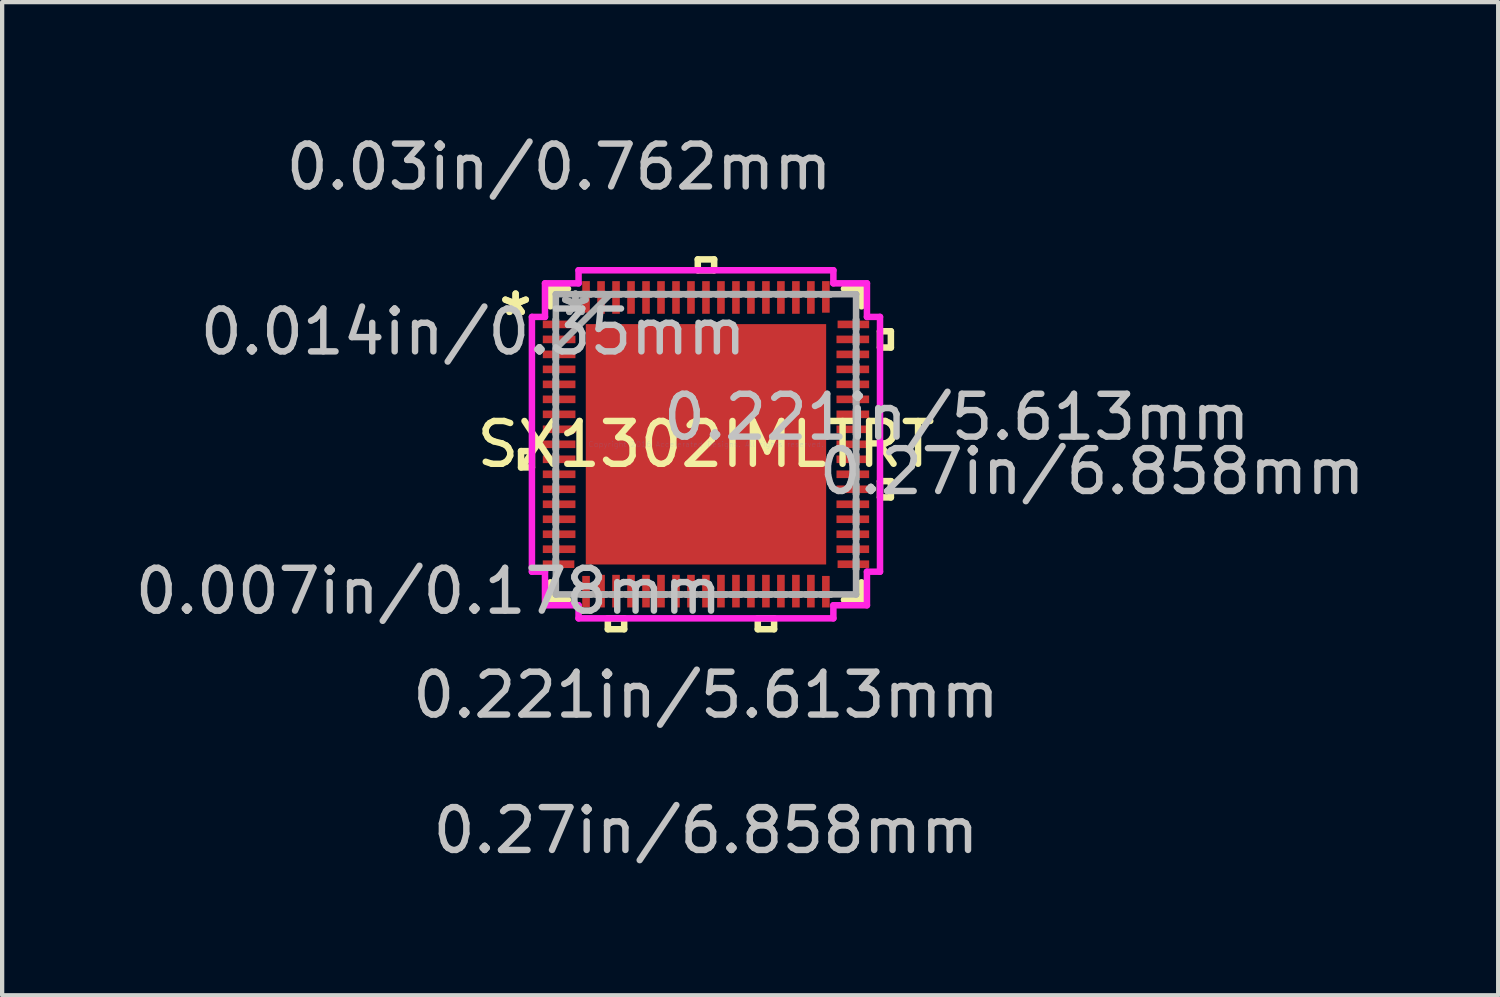
<source format=kicad_pcb>
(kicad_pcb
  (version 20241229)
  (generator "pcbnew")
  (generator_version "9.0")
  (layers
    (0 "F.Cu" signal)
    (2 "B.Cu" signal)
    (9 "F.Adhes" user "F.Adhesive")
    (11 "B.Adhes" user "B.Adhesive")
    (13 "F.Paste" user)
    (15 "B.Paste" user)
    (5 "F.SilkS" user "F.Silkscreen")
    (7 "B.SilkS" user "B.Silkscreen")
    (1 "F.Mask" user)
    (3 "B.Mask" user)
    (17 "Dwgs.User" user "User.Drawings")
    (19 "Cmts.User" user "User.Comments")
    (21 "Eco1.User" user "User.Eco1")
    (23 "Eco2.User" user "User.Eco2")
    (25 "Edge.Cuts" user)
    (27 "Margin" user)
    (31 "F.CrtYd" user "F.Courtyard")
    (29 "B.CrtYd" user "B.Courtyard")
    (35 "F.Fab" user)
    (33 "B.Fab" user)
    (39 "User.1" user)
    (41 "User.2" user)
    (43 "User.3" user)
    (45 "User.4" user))
  (footprint "SX1302IMLTRT"
    (layer "F.Cu")
    (at 13.435 7.325)
    (property "Reference" "SX1302IMLTRT" (at 0 0 0) (layer "F.SilkS") (effects (font (size 1 1) (thickness 0.15))))
    (attr through_hole)
    (fp_line (start -4.318 0.159) (end -4.318 0.54) (stroke (width 0.152) (type solid)) (layer "F.SilkS"))
    (fp_line (start -4.318 0.54) (end -4.064 0.54) (stroke (width 0.152) (type solid)) (layer "F.SilkS"))
    (fp_line (start -4.064 0.159) (end -4.318 0.159) (stroke (width 0.152) (type solid)) (layer "F.SilkS"))
    (fp_line (start -4.064 0.54) (end -4.064 0.159) (stroke (width 0.152) (type solid)) (layer "F.SilkS"))
    (fp_line (start -3.632 -3.632) (end -3.632 -3.222) (stroke (width 0.152) (type solid)) (layer "F.SilkS"))
    (fp_line (start -3.632 3.222) (end -3.632 3.632) (stroke (width 0.152) (type solid)) (layer "F.SilkS"))
    (fp_line (start -3.632 3.632) (end -3.222 3.632) (stroke (width 0.152) (type solid)) (layer "F.SilkS"))
    (fp_line (start -3.222 -3.632) (end -3.632 -3.632) (stroke (width 0.152) (type solid)) (layer "F.SilkS"))
    (fp_line (start -2.291 4.064) (end -2.291 4.318) (stroke (width 0.152) (type solid)) (layer "F.SilkS"))
    (fp_line (start -2.291 4.318) (end -1.91 4.318) (stroke (width 0.152) (type solid)) (layer "F.SilkS"))
    (fp_line (start -1.91 4.064) (end -2.291 4.064) (stroke (width 0.152) (type solid)) (layer "F.SilkS"))
    (fp_line (start -1.91 4.318) (end -1.91 4.064) (stroke (width 0.152) (type solid)) (layer "F.SilkS"))
    (fp_line (start -0.191 -4.318) (end 0.191 -4.318) (stroke (width 0.152) (type solid)) (layer "F.SilkS"))
    (fp_line (start -0.191 -4.064) (end -0.191 -4.318) (stroke (width 0.152) (type solid)) (layer "F.SilkS"))
    (fp_line (start 0.191 -4.318) (end 0.191 -4.064) (stroke (width 0.152) (type solid)) (layer "F.SilkS"))
    (fp_line (start 0.191 -4.064) (end -0.191 -4.064) (stroke (width 0.152) (type solid)) (layer "F.SilkS"))
    (fp_line (start 1.21 4.064) (end 1.21 4.318) (stroke (width 0.152) (type solid)) (layer "F.SilkS"))
    (fp_line (start 1.21 4.318) (end 1.591 4.318) (stroke (width 0.152) (type solid)) (layer "F.SilkS"))
    (fp_line (start 1.591 4.064) (end 1.21 4.064) (stroke (width 0.152) (type solid)) (layer "F.SilkS"))
    (fp_line (start 1.591 4.318) (end 1.591 4.064) (stroke (width 0.152) (type solid)) (layer "F.SilkS"))
    (fp_line (start 3.222 3.632) (end 3.632 3.632) (stroke (width 0.152) (type solid)) (layer "F.SilkS"))
    (fp_line (start 3.632 -3.632) (end 3.222 -3.632) (stroke (width 0.152) (type solid)) (layer "F.SilkS"))
    (fp_line (start 3.632 -3.222) (end 3.632 -3.632) (stroke (width 0.152) (type solid)) (layer "F.SilkS"))
    (fp_line (start 3.632 3.632) (end 3.632 3.222) (stroke (width 0.152) (type solid)) (layer "F.SilkS"))
    (fp_line (start 4.064 -2.64) (end 4.318 -2.64) (stroke (width 0.152) (type solid)) (layer "F.SilkS"))
    (fp_line (start 4.064 -2.26) (end 4.064 -2.64) (stroke (width 0.152) (type solid)) (layer "F.SilkS"))
    (fp_line (start 4.064 0.86) (end 4.318 0.86) (stroke (width 0.152) (type solid)) (layer "F.SilkS"))
    (fp_line (start 4.064 1.24) (end 4.064 0.86) (stroke (width 0.152) (type solid)) (layer "F.SilkS"))
    (fp_line (start 4.318 -2.64) (end 4.318 -2.26) (stroke (width 0.152) (type solid)) (layer "F.SilkS"))
    (fp_line (start 4.318 -2.26) (end 4.064 -2.26) (stroke (width 0.152) (type solid)) (layer "F.SilkS"))
    (fp_line (start 4.318 0.86) (end 4.318 1.24) (stroke (width 0.152) (type solid)) (layer "F.SilkS"))
    (fp_line (start 4.318 1.24) (end 4.064 1.24) (stroke (width 0.152) (type solid)) (layer "F.SilkS"))
    (fp_line (start -2.707 -2.707) (end -2.707 -1.503) (stroke (width 0.152) (type solid)) (layer "F.Paste"))
    (fp_line (start -2.707 -1.503) (end -1.503 -1.503) (stroke (width 0.152) (type solid)) (layer "F.Paste"))
    (fp_line (start -2.707 -1.303) (end -2.707 -0.1) (stroke (width 0.152) (type solid)) (layer "F.Paste"))
    (fp_line (start -2.707 -0.1) (end -1.503 -0.1) (stroke (width 0.152) (type solid)) (layer "F.Paste"))
    (fp_line (start -2.707 0.1) (end -2.707 1.303) (stroke (width 0.152) (type solid)) (layer "F.Paste"))
    (fp_line (start -2.707 1.303) (end -1.503 1.303) (stroke (width 0.152) (type solid)) (layer "F.Paste"))
    (fp_line (start -2.707 1.503) (end -2.707 2.707) (stroke (width 0.152) (type solid)) (layer "F.Paste"))
    (fp_line (start -2.707 2.707) (end -1.503 2.707) (stroke (width 0.152) (type solid)) (layer "F.Paste"))
    (fp_line (start -1.503 -2.707) (end -2.707 -2.707) (stroke (width 0.152) (type solid)) (layer "F.Paste"))
    (fp_line (start -1.503 -1.503) (end -1.503 -2.707) (stroke (width 0.152) (type solid)) (layer "F.Paste"))
    (fp_line (start -1.503 -1.303) (end -2.707 -1.303) (stroke (width 0.152) (type solid)) (layer "F.Paste"))
    (fp_line (start -1.503 -0.1) (end -1.503 -1.303) (stroke (width 0.152) (type solid)) (layer "F.Paste"))
    (fp_line (start -1.503 0.1) (end -2.707 0.1) (stroke (width 0.152) (type solid)) (layer "F.Paste"))
    (fp_line (start -1.503 1.303) (end -1.503 0.1) (stroke (width 0.152) (type solid)) (layer "F.Paste"))
    (fp_line (start -1.503 1.503) (end -2.707 1.503) (stroke (width 0.152) (type solid)) (layer "F.Paste"))
    (fp_line (start -1.503 2.707) (end -1.503 1.503) (stroke (width 0.152) (type solid)) (layer "F.Paste"))
    (fp_line (start -1.303 -2.707) (end -1.303 -1.503) (stroke (width 0.152) (type solid)) (layer "F.Paste"))
    (fp_line (start -1.303 -1.503) (end -0.1 -1.503) (stroke (width 0.152) (type solid)) (layer "F.Paste"))
    (fp_line (start -1.303 -1.303) (end -1.303 -0.1) (stroke (width 0.152) (type solid)) (layer "F.Paste"))
    (fp_line (start -1.303 -0.1) (end -0.1 -0.1) (stroke (width 0.152) (type solid)) (layer "F.Paste"))
    (fp_line (start -1.303 0.1) (end -1.303 1.303) (stroke (width 0.152) (type solid)) (layer "F.Paste"))
    (fp_line (start -1.303 1.303) (end -0.1 1.303) (stroke (width 0.152) (type solid)) (layer "F.Paste"))
    (fp_line (start -1.303 1.503) (end -1.303 2.707) (stroke (width 0.152) (type solid)) (layer "F.Paste"))
    (fp_line (start -1.303 2.707) (end -0.1 2.707) (stroke (width 0.152) (type solid)) (layer "F.Paste"))
    (fp_line (start -0.1 -2.707) (end -1.303 -2.707) (stroke (width 0.152) (type solid)) (layer "F.Paste"))
    (fp_line (start -0.1 -1.503) (end -0.1 -2.707) (stroke (width 0.152) (type solid)) (layer "F.Paste"))
    (fp_line (start -0.1 -1.303) (end -1.303 -1.303) (stroke (width 0.152) (type solid)) (layer "F.Paste"))
    (fp_line (start -0.1 -0.1) (end -0.1 -1.303) (stroke (width 0.152) (type solid)) (layer "F.Paste"))
    (fp_line (start -0.1 0.1) (end -1.303 0.1) (stroke (width 0.152) (type solid)) (layer "F.Paste"))
    (fp_line (start -0.1 1.303) (end -0.1 0.1) (stroke (width 0.152) (type solid)) (layer "F.Paste"))
    (fp_line (start -0.1 1.503) (end -1.303 1.503) (stroke (width 0.152) (type solid)) (layer "F.Paste"))
    (fp_line (start -0.1 2.707) (end -0.1 1.503) (stroke (width 0.152) (type solid)) (layer "F.Paste"))
    (fp_line (start 0.1 -2.707) (end 0.1 -1.503) (stroke (width 0.152) (type solid)) (layer "F.Paste"))
    (fp_line (start 0.1 -1.503) (end 1.303 -1.503) (stroke (width 0.152) (type solid)) (layer "F.Paste"))
    (fp_line (start 0.1 -1.303) (end 0.1 -0.1) (stroke (width 0.152) (type solid)) (layer "F.Paste"))
    (fp_line (start 0.1 -0.1) (end 1.303 -0.1) (stroke (width 0.152) (type solid)) (layer "F.Paste"))
    (fp_line (start 0.1 0.1) (end 0.1 1.303) (stroke (width 0.152) (type solid)) (layer "F.Paste"))
    (fp_line (start 0.1 1.303) (end 1.303 1.303) (stroke (width 0.152) (type solid)) (layer "F.Paste"))
    (fp_line (start 0.1 1.503) (end 0.1 2.707) (stroke (width 0.152) (type solid)) (layer "F.Paste"))
    (fp_line (start 0.1 2.707) (end 1.303 2.707) (stroke (width 0.152) (type solid)) (layer "F.Paste"))
    (fp_line (start 1.303 -2.707) (end 0.1 -2.707) (stroke (width 0.152) (type solid)) (layer "F.Paste"))
    (fp_line (start 1.303 -1.503) (end 1.303 -2.707) (stroke (width 0.152) (type solid)) (layer "F.Paste"))
    (fp_line (start 1.303 -1.303) (end 0.1 -1.303) (stroke (width 0.152) (type solid)) (layer "F.Paste"))
    (fp_line (start 1.303 -0.1) (end 1.303 -1.303) (stroke (width 0.152) (type solid)) (layer "F.Paste"))
    (fp_line (start 1.303 0.1) (end 0.1 0.1) (stroke (width 0.152) (type solid)) (layer "F.Paste"))
    (fp_line (start 1.303 1.303) (end 1.303 0.1) (stroke (width 0.152) (type solid)) (layer "F.Paste"))
    (fp_line (start 1.303 1.503) (end 0.1 1.503) (stroke (width 0.152) (type solid)) (layer "F.Paste"))
    (fp_line (start 1.303 2.707) (end 1.303 1.503) (stroke (width 0.152) (type solid)) (layer "F.Paste"))
    (fp_line (start 1.503 -2.707) (end 1.503 -1.503) (stroke (width 0.152) (type solid)) (layer "F.Paste"))
    (fp_line (start 1.503 -1.503) (end 2.707 -1.503) (stroke (width 0.152) (type solid)) (layer "F.Paste"))
    (fp_line (start 1.503 -1.303) (end 1.503 -0.1) (stroke (width 0.152) (type solid)) (layer "F.Paste"))
    (fp_line (start 1.503 -0.1) (end 2.707 -0.1) (stroke (width 0.152) (type solid)) (layer "F.Paste"))
    (fp_line (start 1.503 0.1) (end 1.503 1.303) (stroke (width 0.152) (type solid)) (layer "F.Paste"))
    (fp_line (start 1.503 1.303) (end 2.707 1.303) (stroke (width 0.152) (type solid)) (layer "F.Paste"))
    (fp_line (start 1.503 1.503) (end 1.503 2.707) (stroke (width 0.152) (type solid)) (layer "F.Paste"))
    (fp_line (start 1.503 2.707) (end 2.707 2.707) (stroke (width 0.152) (type solid)) (layer "F.Paste"))
    (fp_line (start 2.707 -2.707) (end 1.503 -2.707) (stroke (width 0.152) (type solid)) (layer "F.Paste"))
    (fp_line (start 2.707 -1.503) (end 2.707 -2.707) (stroke (width 0.152) (type solid)) (layer "F.Paste"))
    (fp_line (start 2.707 -1.303) (end 1.503 -1.303) (stroke (width 0.152) (type solid)) (layer "F.Paste"))
    (fp_line (start 2.707 -0.1) (end 2.707 -1.303) (stroke (width 0.152) (type solid)) (layer "F.Paste"))
    (fp_line (start 2.707 0.1) (end 1.503 0.1) (stroke (width 0.152) (type solid)) (layer "F.Paste"))
    (fp_line (start 2.707 1.303) (end 2.707 0.1) (stroke (width 0.152) (type solid)) (layer "F.Paste"))
    (fp_line (start 2.707 1.503) (end 1.503 1.503) (stroke (width 0.152) (type solid)) (layer "F.Paste"))
    (fp_line (start 2.707 2.707) (end 2.707 1.503) (stroke (width 0.152) (type solid)) (layer "F.Paste"))
    (fp_line (start -4.064 -2.975) (end -3.759 -2.975) (stroke (width 0.152) (type solid)) (layer "F.CrtYd"))
    (fp_line (start -4.064 2.975) (end -4.064 -2.975) (stroke (width 0.152) (type solid)) (layer "F.CrtYd"))
    (fp_line (start -3.759 -3.759) (end -2.975 -3.759) (stroke (width 0.152) (type solid)) (layer "F.CrtYd"))
    (fp_line (start -3.759 -2.975) (end -3.759 -3.759) (stroke (width 0.152) (type solid)) (layer "F.CrtYd"))
    (fp_line (start -3.759 2.975) (end -4.064 2.975) (stroke (width 0.152) (type solid)) (layer "F.CrtYd"))
    (fp_line (start -3.759 3.759) (end -3.759 2.975) (stroke (width 0.152) (type solid)) (layer "F.CrtYd"))
    (fp_line (start -2.975 -4.064) (end 2.975 -4.064) (stroke (width 0.152) (type solid)) (layer "F.CrtYd"))
    (fp_line (start -2.975 -3.759) (end -2.975 -4.064) (stroke (width 0.152) (type solid)) (layer "F.CrtYd"))
    (fp_line (start -2.975 3.759) (end -3.759 3.759) (stroke (width 0.152) (type solid)) (layer "F.CrtYd"))
    (fp_line (start -2.975 4.064) (end -2.975 3.759) (stroke (width 0.152) (type solid)) (layer "F.CrtYd"))
    (fp_line (start 2.975 -4.064) (end 2.975 -3.759) (stroke (width 0.152) (type solid)) (layer "F.CrtYd"))
    (fp_line (start 2.975 -3.759) (end 3.759 -3.759) (stroke (width 0.152) (type solid)) (layer "F.CrtYd"))
    (fp_line (start 2.975 3.759) (end 2.975 4.064) (stroke (width 0.152) (type solid)) (layer "F.CrtYd"))
    (fp_line (start 2.975 4.064) (end -2.975 4.064) (stroke (width 0.152) (type solid)) (layer "F.CrtYd"))
    (fp_line (start 3.759 -3.759) (end 3.759 -2.975) (stroke (width 0.152) (type solid)) (layer "F.CrtYd"))
    (fp_line (start 3.759 -2.975) (end 4.064 -2.975) (stroke (width 0.152) (type solid)) (layer "F.CrtYd"))
    (fp_line (start 3.759 2.975) (end 3.759 3.759) (stroke (width 0.152) (type solid)) (layer "F.CrtYd"))
    (fp_line (start 3.759 3.759) (end 2.975 3.759) (stroke (width 0.152) (type solid)) (layer "F.CrtYd"))
    (fp_line (start 4.064 -2.975) (end 4.064 2.975) (stroke (width 0.152) (type solid)) (layer "F.CrtYd"))
    (fp_line (start 4.064 2.975) (end 3.759 2.975) (stroke (width 0.152) (type solid)) (layer "F.CrtYd"))
    (fp_line (start -3.505 -3.505) (end -3.505 -3.505) (stroke (width 0.152) (type solid)) (layer "F.Fab"))
    (fp_line (start -3.505 -3.505) (end -3.505 3.505) (stroke (width 0.152) (type solid)) (layer "F.Fab"))
    (fp_line (start -3.505 -2.914) (end -3.505 -2.914) (stroke (width 0.152) (type solid)) (layer "F.Fab"))
    (fp_line (start -3.505 -2.914) (end -3.505 -2.686) (stroke (width 0.152) (type solid)) (layer "F.Fab"))
    (fp_line (start -3.505 -2.686) (end -3.505 -2.914) (stroke (width 0.152) (type solid)) (layer "F.Fab"))
    (fp_line (start -3.505 -2.686) (end -3.505 -2.686) (stroke (width 0.152) (type solid)) (layer "F.Fab"))
    (fp_line (start -3.505 -2.564) (end -3.505 -2.564) (stroke (width 0.152) (type solid)) (layer "F.Fab"))
    (fp_line (start -3.505 -2.564) (end -3.505 -2.336) (stroke (width 0.152) (type solid)) (layer "F.Fab"))
    (fp_line (start -3.505 -2.336) (end -3.505 -2.564) (stroke (width 0.152) (type solid)) (layer "F.Fab"))
    (fp_line (start -3.505 -2.336) (end -3.505 -2.336) (stroke (width 0.152) (type solid)) (layer "F.Fab"))
    (fp_line (start -3.505 -2.235) (end -2.235 -3.505) (stroke (width 0.152) (type solid)) (layer "F.Fab"))
    (fp_line (start -3.505 -2.214) (end -3.505 -2.214) (stroke (width 0.152) (type solid)) (layer "F.Fab"))
    (fp_line (start -3.505 -2.214) (end -3.505 -1.986) (stroke (width 0.152) (type solid)) (layer "F.Fab"))
    (fp_line (start -3.505 -1.986) (end -3.505 -2.214) (stroke (width 0.152) (type solid)) (layer "F.Fab"))
    (fp_line (start -3.505 -1.986) (end -3.505 -1.986) (stroke (width 0.152) (type solid)) (layer "F.Fab"))
    (fp_line (start -3.505 -1.864) (end -3.505 -1.864) (stroke (width 0.152) (type solid)) (layer "F.Fab"))
    (fp_line (start -3.505 -1.864) (end -3.505 -1.636) (stroke (width 0.152) (type solid)) (layer "F.Fab"))
    (fp_line (start -3.505 -1.636) (end -3.505 -1.864) (stroke (width 0.152) (type solid)) (layer "F.Fab"))
    (fp_line (start -3.505 -1.636) (end -3.505 -1.636) (stroke (width 0.152) (type solid)) (layer "F.Fab"))
    (fp_line (start -3.505 -1.514) (end -3.505 -1.514) (stroke (width 0.152) (type solid)) (layer "F.Fab"))
    (fp_line (start -3.505 -1.514) (end -3.505 -1.286) (stroke (width 0.152) (type solid)) (layer "F.Fab"))
    (fp_line (start -3.505 -1.286) (end -3.505 -1.514) (stroke (width 0.152) (type solid)) (layer "F.Fab"))
    (fp_line (start -3.505 -1.286) (end -3.505 -1.286) (stroke (width 0.152) (type solid)) (layer "F.Fab"))
    (fp_line (start -3.505 -1.164) (end -3.505 -1.164) (stroke (width 0.152) (type solid)) (layer "F.Fab"))
    (fp_line (start -3.505 -1.164) (end -3.505 -0.936) (stroke (width 0.152) (type solid)) (layer "F.Fab"))
    (fp_line (start -3.505 -0.936) (end -3.505 -1.164) (stroke (width 0.152) (type solid)) (layer "F.Fab"))
    (fp_line (start -3.505 -0.936) (end -3.505 -0.936) (stroke (width 0.152) (type solid)) (layer "F.Fab"))
    (fp_line (start -3.505 -0.814) (end -3.505 -0.814) (stroke (width 0.152) (type solid)) (layer "F.Fab"))
    (fp_line (start -3.505 -0.814) (end -3.505 -0.586) (stroke (width 0.152) (type solid)) (layer "F.Fab"))
    (fp_line (start -3.505 -0.586) (end -3.505 -0.814) (stroke (width 0.152) (type solid)) (layer "F.Fab"))
    (fp_line (start -3.505 -0.586) (end -3.505 -0.586) (stroke (width 0.152) (type solid)) (layer "F.Fab"))
    (fp_line (start -3.505 -0.464) (end -3.505 -0.464) (stroke (width 0.152) (type solid)) (layer "F.Fab"))
    (fp_line (start -3.505 -0.464) (end -3.505 -0.236) (stroke (width 0.152) (type solid)) (layer "F.Fab"))
    (fp_line (start -3.505 -0.236) (end -3.505 -0.464) (stroke (width 0.152) (type solid)) (layer "F.Fab"))
    (fp_line (start -3.505 -0.236) (end -3.505 -0.236) (stroke (width 0.152) (type solid)) (layer "F.Fab"))
    (fp_line (start -3.505 -0.114) (end -3.505 -0.114) (stroke (width 0.152) (type solid)) (layer "F.Fab"))
    (fp_line (start -3.505 -0.114) (end -3.505 0.114) (stroke (width 0.152) (type solid)) (layer "F.Fab"))
    (fp_line (start -3.505 0.114) (end -3.505 -0.114) (stroke (width 0.152) (type solid)) (layer "F.Fab"))
    (fp_line (start -3.505 0.114) (end -3.505 0.114) (stroke (width 0.152) (type solid)) (layer "F.Fab"))
    (fp_line (start -3.505 0.236) (end -3.505 0.236) (stroke (width 0.152) (type solid)) (layer "F.Fab"))
    (fp_line (start -3.505 0.236) (end -3.505 0.464) (stroke (width 0.152) (type solid)) (layer "F.Fab"))
    (fp_line (start -3.505 0.464) (end -3.505 0.236) (stroke (width 0.152) (type solid)) (layer "F.Fab"))
    (fp_line (start -3.505 0.464) (end -3.505 0.464) (stroke (width 0.152) (type solid)) (layer "F.Fab"))
    (fp_line (start -3.505 0.586) (end -3.505 0.586) (stroke (width 0.152) (type solid)) (layer "F.Fab"))
    (fp_line (start -3.505 0.586) (end -3.505 0.814) (stroke (width 0.152) (type solid)) (layer "F.Fab"))
    (fp_line (start -3.505 0.814) (end -3.505 0.586) (stroke (width 0.152) (type solid)) (layer "F.Fab"))
    (fp_line (start -3.505 0.814) (end -3.505 0.814) (stroke (width 0.152) (type solid)) (layer "F.Fab"))
    (fp_line (start -3.505 0.936) (end -3.505 0.936) (stroke (width 0.152) (type solid)) (layer "F.Fab"))
    (fp_line (start -3.505 0.936) (end -3.505 1.164) (stroke (width 0.152) (type solid)) (layer "F.Fab"))
    (fp_line (start -3.505 1.164) (end -3.505 0.936) (stroke (width 0.152) (type solid)) (layer "F.Fab"))
    (fp_line (start -3.505 1.164) (end -3.505 1.164) (stroke (width 0.152) (type solid)) (layer "F.Fab"))
    (fp_line (start -3.505 1.286) (end -3.505 1.286) (stroke (width 0.152) (type solid)) (layer "F.Fab"))
    (fp_line (start -3.505 1.286) (end -3.505 1.514) (stroke (width 0.152) (type solid)) (layer "F.Fab"))
    (fp_line (start -3.505 1.514) (end -3.505 1.286) (stroke (width 0.152) (type solid)) (layer "F.Fab"))
    (fp_line (start -3.505 1.514) (end -3.505 1.514) (stroke (width 0.152) (type solid)) (layer "F.Fab"))
    (fp_line (start -3.505 1.636) (end -3.505 1.636) (stroke (width 0.152) (type solid)) (layer "F.Fab"))
    (fp_line (start -3.505 1.636) (end -3.505 1.864) (stroke (width 0.152) (type solid)) (layer "F.Fab"))
    (fp_line (start -3.505 1.864) (end -3.505 1.636) (stroke (width 0.152) (type solid)) (layer "F.Fab"))
    (fp_line (start -3.505 1.864) (end -3.505 1.864) (stroke (width 0.152) (type solid)) (layer "F.Fab"))
    (fp_line (start -3.505 1.986) (end -3.505 1.986) (stroke (width 0.152) (type solid)) (layer "F.Fab"))
    (fp_line (start -3.505 1.986) (end -3.505 2.214) (stroke (width 0.152) (type solid)) (layer "F.Fab"))
    (fp_line (start -3.505 2.214) (end -3.505 1.986) (stroke (width 0.152) (type solid)) (layer "F.Fab"))
    (fp_line (start -3.505 2.214) (end -3.505 2.214) (stroke (width 0.152) (type solid)) (layer "F.Fab"))
    (fp_line (start -3.505 2.336) (end -3.505 2.336) (stroke (width 0.152) (type solid)) (layer "F.Fab"))
    (fp_line (start -3.505 2.336) (end -3.505 2.564) (stroke (width 0.152) (type solid)) (layer "F.Fab"))
    (fp_line (start -3.505 2.564) (end -3.505 2.336) (stroke (width 0.152) (type solid)) (layer "F.Fab"))
    (fp_line (start -3.505 2.564) (end -3.505 2.564) (stroke (width 0.152) (type solid)) (layer "F.Fab"))
    (fp_line (start -3.505 2.686) (end -3.505 2.686) (stroke (width 0.152) (type solid)) (layer "F.Fab"))
    (fp_line (start -3.505 2.686) (end -3.505 2.914) (stroke (width 0.152) (type solid)) (layer "F.Fab"))
    (fp_line (start -3.505 2.914) (end -3.505 2.686) (stroke (width 0.152) (type solid)) (layer "F.Fab"))
    (fp_line (start -3.505 2.914) (end -3.505 2.914) (stroke (width 0.152) (type solid)) (layer "F.Fab"))
    (fp_line (start -3.505 3.505) (end -3.505 3.505) (stroke (width 0.152) (type solid)) (layer "F.Fab"))
    (fp_line (start -3.505 3.505) (end 3.505 3.505) (stroke (width 0.152) (type solid)) (layer "F.Fab"))
    (fp_line (start -2.914 -3.505) (end -2.914 -3.505) (stroke (width 0.152) (type solid)) (layer "F.Fab"))
    (fp_line (start -2.914 -3.505) (end -2.686 -3.505) (stroke (width 0.152) (type solid)) (layer "F.Fab"))
    (fp_line (start -2.914 3.505) (end -2.914 3.505) (stroke (width 0.152) (type solid)) (layer "F.Fab"))
    (fp_line (start -2.914 3.505) (end -2.686 3.505) (stroke (width 0.152) (type solid)) (layer "F.Fab"))
    (fp_line (start -2.686 -3.505) (end -2.914 -3.505) (stroke (width 0.152) (type solid)) (layer "F.Fab"))
    (fp_line (start -2.686 -3.505) (end -2.686 -3.505) (stroke (width 0.152) (type solid)) (layer "F.Fab"))
    (fp_line (start -2.686 3.505) (end -2.914 3.505) (stroke (width 0.152) (type solid)) (layer "F.Fab"))
    (fp_line (start -2.686 3.505) (end -2.686 3.505) (stroke (width 0.152) (type solid)) (layer "F.Fab"))
    (fp_line (start -2.564 -3.505) (end -2.564 -3.505) (stroke (width 0.152) (type solid)) (layer "F.Fab"))
    (fp_line (start -2.564 -3.505) (end -2.336 -3.505) (stroke (width 0.152) (type solid)) (layer "F.Fab"))
    (fp_line (start -2.564 3.505) (end -2.564 3.505) (stroke (width 0.152) (type solid)) (layer "F.Fab"))
    (fp_line (start -2.564 3.505) (end -2.336 3.505) (stroke (width 0.152) (type solid)) (layer "F.Fab"))
    (fp_line (start -2.336 -3.505) (end -2.564 -3.505) (stroke (width 0.152) (type solid)) (layer "F.Fab"))
    (fp_line (start -2.336 -3.505) (end -2.336 -3.505) (stroke (width 0.152) (type solid)) (layer "F.Fab"))
    (fp_line (start -2.336 3.505) (end -2.564 3.505) (stroke (width 0.152) (type solid)) (layer "F.Fab"))
    (fp_line (start -2.336 3.505) (end -2.336 3.505) (stroke (width 0.152) (type solid)) (layer "F.Fab"))
    (fp_line (start -2.214 -3.505) (end -2.214 -3.505) (stroke (width 0.152) (type solid)) (layer "F.Fab"))
    (fp_line (start -2.214 -3.505) (end -1.986 -3.505) (stroke (width 0.152) (type solid)) (layer "F.Fab"))
    (fp_line (start -2.214 3.505) (end -2.214 3.505) (stroke (width 0.152) (type solid)) (layer "F.Fab"))
    (fp_line (start -2.214 3.505) (end -1.986 3.505) (stroke (width 0.152) (type solid)) (layer "F.Fab"))
    (fp_line (start -1.986 -3.505) (end -2.214 -3.505) (stroke (width 0.152) (type solid)) (layer "F.Fab"))
    (fp_line (start -1.986 -3.505) (end -1.986 -3.505) (stroke (width 0.152) (type solid)) (layer "F.Fab"))
    (fp_line (start -1.986 3.505) (end -2.214 3.505) (stroke (width 0.152) (type solid)) (layer "F.Fab"))
    (fp_line (start -1.986 3.505) (end -1.986 3.505) (stroke (width 0.152) (type solid)) (layer "F.Fab"))
    (fp_line (start -1.864 -3.505) (end -1.864 -3.505) (stroke (width 0.152) (type solid)) (layer "F.Fab"))
    (fp_line (start -1.864 -3.505) (end -1.636 -3.505) (stroke (width 0.152) (type solid)) (layer "F.Fab"))
    (fp_line (start -1.864 3.505) (end -1.864 3.505) (stroke (width 0.152) (type solid)) (layer "F.Fab"))
    (fp_line (start -1.864 3.505) (end -1.636 3.505) (stroke (width 0.152) (type solid)) (layer "F.Fab"))
    (fp_line (start -1.636 -3.505) (end -1.864 -3.505) (stroke (width 0.152) (type solid)) (layer "F.Fab"))
    (fp_line (start -1.636 -3.505) (end -1.636 -3.505) (stroke (width 0.152) (type solid)) (layer "F.Fab"))
    (fp_line (start -1.636 3.505) (end -1.864 3.505) (stroke (width 0.152) (type solid)) (layer "F.Fab"))
    (fp_line (start -1.636 3.505) (end -1.636 3.505) (stroke (width 0.152) (type solid)) (layer "F.Fab"))
    (fp_line (start -1.514 -3.505) (end -1.514 -3.505) (stroke (width 0.152) (type solid)) (layer "F.Fab"))
    (fp_line (start -1.514 -3.505) (end -1.286 -3.505) (stroke (width 0.152) (type solid)) (layer "F.Fab"))
    (fp_line (start -1.514 3.505) (end -1.514 3.505) (stroke (width 0.152) (type solid)) (layer "F.Fab"))
    (fp_line (start -1.514 3.505) (end -1.286 3.505) (stroke (width 0.152) (type solid)) (layer "F.Fab"))
    (fp_line (start -1.286 -3.505) (end -1.514 -3.505) (stroke (width 0.152) (type solid)) (layer "F.Fab"))
    (fp_line (start -1.286 -3.505) (end -1.286 -3.505) (stroke (width 0.152) (type solid)) (layer "F.Fab"))
    (fp_line (start -1.286 3.505) (end -1.514 3.505) (stroke (width 0.152) (type solid)) (layer "F.Fab"))
    (fp_line (start -1.286 3.505) (end -1.286 3.505) (stroke (width 0.152) (type solid)) (layer "F.Fab"))
    (fp_line (start -1.164 -3.505) (end -1.164 -3.505) (stroke (width 0.152) (type solid)) (layer "F.Fab"))
    (fp_line (start -1.164 -3.505) (end -0.936 -3.505) (stroke (width 0.152) (type solid)) (layer "F.Fab"))
    (fp_line (start -1.164 3.505) (end -1.164 3.505) (stroke (width 0.152) (type solid)) (layer "F.Fab"))
    (fp_line (start -1.164 3.505) (end -0.936 3.505) (stroke (width 0.152) (type solid)) (layer "F.Fab"))
    (fp_line (start -0.936 -3.505) (end -1.164 -3.505) (stroke (width 0.152) (type solid)) (layer "F.Fab"))
    (fp_line (start -0.936 -3.505) (end -0.936 -3.505) (stroke (width 0.152) (type solid)) (layer "F.Fab"))
    (fp_line (start -0.936 3.505) (end -1.164 3.505) (stroke (width 0.152) (type solid)) (layer "F.Fab"))
    (fp_line (start -0.936 3.505) (end -0.936 3.505) (stroke (width 0.152) (type solid)) (layer "F.Fab"))
    (fp_line (start -0.814 -3.505) (end -0.814 -3.505) (stroke (width 0.152) (type solid)) (layer "F.Fab"))
    (fp_line (start -0.814 -3.505) (end -0.586 -3.505) (stroke (width 0.152) (type solid)) (layer "F.Fab"))
    (fp_line (start -0.814 3.505) (end -0.814 3.505) (stroke (width 0.152) (type solid)) (layer "F.Fab"))
    (fp_line (start -0.814 3.505) (end -0.586 3.505) (stroke (width 0.152) (type solid)) (layer "F.Fab"))
    (fp_line (start -0.586 -3.505) (end -0.814 -3.505) (stroke (width 0.152) (type solid)) (layer "F.Fab"))
    (fp_line (start -0.586 -3.505) (end -0.586 -3.505) (stroke (width 0.152) (type solid)) (layer "F.Fab"))
    (fp_line (start -0.586 3.505) (end -0.814 3.505) (stroke (width 0.152) (type solid)) (layer "F.Fab"))
    (fp_line (start -0.586 3.505) (end -0.586 3.505) (stroke (width 0.152) (type solid)) (layer "F.Fab"))
    (fp_line (start -0.464 -3.505) (end -0.464 -3.505) (stroke (width 0.152) (type solid)) (layer "F.Fab"))
    (fp_line (start -0.464 -3.505) (end -0.236 -3.505) (stroke (width 0.152) (type solid)) (layer "F.Fab"))
    (fp_line (start -0.464 3.505) (end -0.464 3.505) (stroke (width 0.152) (type solid)) (layer "F.Fab"))
    (fp_line (start -0.464 3.505) (end -0.236 3.505) (stroke (width 0.152) (type solid)) (layer "F.Fab"))
    (fp_line (start -0.236 -3.505) (end -0.464 -3.505) (stroke (width 0.152) (type solid)) (layer "F.Fab"))
    (fp_line (start -0.236 -3.505) (end -0.236 -3.505) (stroke (width 0.152) (type solid)) (layer "F.Fab"))
    (fp_line (start -0.236 3.505) (end -0.464 3.505) (stroke (width 0.152) (type solid)) (layer "F.Fab"))
    (fp_line (start -0.236 3.505) (end -0.236 3.505) (stroke (width 0.152) (type solid)) (layer "F.Fab"))
    (fp_line (start -0.114 -3.505) (end -0.114 -3.505) (stroke (width 0.152) (type solid)) (layer "F.Fab"))
    (fp_line (start -0.114 -3.505) (end 0.114 -3.505) (stroke (width 0.152) (type solid)) (layer "F.Fab"))
    (fp_line (start -0.114 3.505) (end -0.114 3.505) (stroke (width 0.152) (type solid)) (layer "F.Fab"))
    (fp_line (start -0.114 3.505) (end 0.114 3.505) (stroke (width 0.152) (type solid)) (layer "F.Fab"))
    (fp_line (start 0.114 -3.505) (end -0.114 -3.505) (stroke (width 0.152) (type solid)) (layer "F.Fab"))
    (fp_line (start 0.114 -3.505) (end 0.114 -3.505) (stroke (width 0.152) (type solid)) (layer "F.Fab"))
    (fp_line (start 0.114 3.505) (end -0.114 3.505) (stroke (width 0.152) (type solid)) (layer "F.Fab"))
    (fp_line (start 0.114 3.505) (end 0.114 3.505) (stroke (width 0.152) (type solid)) (layer "F.Fab"))
    (fp_line (start 0.236 -3.505) (end 0.236 -3.505) (stroke (width 0.152) (type solid)) (layer "F.Fab"))
    (fp_line (start 0.236 -3.505) (end 0.464 -3.505) (stroke (width 0.152) (type solid)) (layer "F.Fab"))
    (fp_line (start 0.236 3.505) (end 0.236 3.505) (stroke (width 0.152) (type solid)) (layer "F.Fab"))
    (fp_line (start 0.236 3.505) (end 0.464 3.505) (stroke (width 0.152) (type solid)) (layer "F.Fab"))
    (fp_line (start 0.464 -3.505) (end 0.236 -3.505) (stroke (width 0.152) (type solid)) (layer "F.Fab"))
    (fp_line (start 0.464 -3.505) (end 0.464 -3.505) (stroke (width 0.152) (type solid)) (layer "F.Fab"))
    (fp_line (start 0.464 3.505) (end 0.236 3.505) (stroke (width 0.152) (type solid)) (layer "F.Fab"))
    (fp_line (start 0.464 3.505) (end 0.464 3.505) (stroke (width 0.152) (type solid)) (layer "F.Fab"))
    (fp_line (start 0.586 -3.505) (end 0.586 -3.505) (stroke (width 0.152) (type solid)) (layer "F.Fab"))
    (fp_line (start 0.586 -3.505) (end 0.814 -3.505) (stroke (width 0.152) (type solid)) (layer "F.Fab"))
    (fp_line (start 0.586 3.505) (end 0.586 3.505) (stroke (width 0.152) (type solid)) (layer "F.Fab"))
    (fp_line (start 0.586 3.505) (end 0.814 3.505) (stroke (width 0.152) (type solid)) (layer "F.Fab"))
    (fp_line (start 0.814 -3.505) (end 0.586 -3.505) (stroke (width 0.152) (type solid)) (layer "F.Fab"))
    (fp_line (start 0.814 -3.505) (end 0.814 -3.505) (stroke (width 0.152) (type solid)) (layer "F.Fab"))
    (fp_line (start 0.814 3.505) (end 0.586 3.505) (stroke (width 0.152) (type solid)) (layer "F.Fab"))
    (fp_line (start 0.814 3.505) (end 0.814 3.505) (stroke (width 0.152) (type solid)) (layer "F.Fab"))
    (fp_line (start 0.936 -3.505) (end 0.936 -3.505) (stroke (width 0.152) (type solid)) (layer "F.Fab"))
    (fp_line (start 0.936 -3.505) (end 1.164 -3.505) (stroke (width 0.152) (type solid)) (layer "F.Fab"))
    (fp_line (start 0.936 3.505) (end 0.936 3.505) (stroke (width 0.152) (type solid)) (layer "F.Fab"))
    (fp_line (start 0.936 3.505) (end 1.164 3.505) (stroke (width 0.152) (type solid)) (layer "F.Fab"))
    (fp_line (start 1.164 -3.505) (end 0.936 -3.505) (stroke (width 0.152) (type solid)) (layer "F.Fab"))
    (fp_line (start 1.164 -3.505) (end 1.164 -3.505) (stroke (width 0.152) (type solid)) (layer "F.Fab"))
    (fp_line (start 1.164 3.505) (end 0.936 3.505) (stroke (width 0.152) (type solid)) (layer "F.Fab"))
    (fp_line (start 1.164 3.505) (end 1.164 3.505) (stroke (width 0.152) (type solid)) (layer "F.Fab"))
    (fp_line (start 1.286 -3.505) (end 1.286 -3.505) (stroke (width 0.152) (type solid)) (layer "F.Fab"))
    (fp_line (start 1.286 -3.505) (end 1.514 -3.505) (stroke (width 0.152) (type solid)) (layer "F.Fab"))
    (fp_line (start 1.286 3.505) (end 1.286 3.505) (stroke (width 0.152) (type solid)) (layer "F.Fab"))
    (fp_line (start 1.286 3.505) (end 1.514 3.505) (stroke (width 0.152) (type solid)) (layer "F.Fab"))
    (fp_line (start 1.514 -3.505) (end 1.286 -3.505) (stroke (width 0.152) (type solid)) (layer "F.Fab"))
    (fp_line (start 1.514 -3.505) (end 1.514 -3.505) (stroke (width 0.152) (type solid)) (layer "F.Fab"))
    (fp_line (start 1.514 3.505) (end 1.286 3.505) (stroke (width 0.152) (type solid)) (layer "F.Fab"))
    (fp_line (start 1.514 3.505) (end 1.514 3.505) (stroke (width 0.152) (type solid)) (layer "F.Fab"))
    (fp_line (start 1.636 -3.505) (end 1.636 -3.505) (stroke (width 0.152) (type solid)) (layer "F.Fab"))
    (fp_line (start 1.636 -3.505) (end 1.864 -3.505) (stroke (width 0.152) (type solid)) (layer "F.Fab"))
    (fp_line (start 1.636 3.505) (end 1.636 3.505) (stroke (width 0.152) (type solid)) (layer "F.Fab"))
    (fp_line (start 1.636 3.505) (end 1.864 3.505) (stroke (width 0.152) (type solid)) (layer "F.Fab"))
    (fp_line (start 1.864 -3.505) (end 1.636 -3.505) (stroke (width 0.152) (type solid)) (layer "F.Fab"))
    (fp_line (start 1.864 -3.505) (end 1.864 -3.505) (stroke (width 0.152) (type solid)) (layer "F.Fab"))
    (fp_line (start 1.864 3.505) (end 1.636 3.505) (stroke (width 0.152) (type solid)) (layer "F.Fab"))
    (fp_line (start 1.864 3.505) (end 1.864 3.505) (stroke (width 0.152) (type solid)) (layer "F.Fab"))
    (fp_line (start 1.986 -3.505) (end 1.986 -3.505) (stroke (width 0.152) (type solid)) (layer "F.Fab"))
    (fp_line (start 1.986 -3.505) (end 2.214 -3.505) (stroke (width 0.152) (type solid)) (layer "F.Fab"))
    (fp_line (start 1.986 3.505) (end 1.986 3.505) (stroke (width 0.152) (type solid)) (layer "F.Fab"))
    (fp_line (start 1.986 3.505) (end 2.214 3.505) (stroke (width 0.152) (type solid)) (layer "F.Fab"))
    (fp_line (start 2.214 -3.505) (end 1.986 -3.505) (stroke (width 0.152) (type solid)) (layer "F.Fab"))
    (fp_line (start 2.214 -3.505) (end 2.214 -3.505) (stroke (width 0.152) (type solid)) (layer "F.Fab"))
    (fp_line (start 2.214 3.505) (end 1.986 3.505) (stroke (width 0.152) (type solid)) (layer "F.Fab"))
    (fp_line (start 2.214 3.505) (end 2.214 3.505) (stroke (width 0.152) (type solid)) (layer "F.Fab"))
    (fp_line (start 2.336 -3.505) (end 2.336 -3.505) (stroke (width 0.152) (type solid)) (layer "F.Fab"))
    (fp_line (start 2.336 -3.505) (end 2.564 -3.505) (stroke (width 0.152) (type solid)) (layer "F.Fab"))
    (fp_line (start 2.336 3.505) (end 2.336 3.505) (stroke (width 0.152) (type solid)) (layer "F.Fab"))
    (fp_line (start 2.336 3.505) (end 2.564 3.505) (stroke (width 0.152) (type solid)) (layer "F.Fab"))
    (fp_line (start 2.564 -3.505) (end 2.336 -3.505) (stroke (width 0.152) (type solid)) (layer "F.Fab"))
    (fp_line (start 2.564 -3.505) (end 2.564 -3.505) (stroke (width 0.152) (type solid)) (layer "F.Fab"))
    (fp_line (start 2.564 3.505) (end 2.336 3.505) (stroke (width 0.152) (type solid)) (layer "F.Fab"))
    (fp_line (start 2.564 3.505) (end 2.564 3.505) (stroke (width 0.152) (type solid)) (layer "F.Fab"))
    (fp_line (start 2.686 -3.505) (end 2.686 -3.505) (stroke (width 0.152) (type solid)) (layer "F.Fab"))
    (fp_line (start 2.686 -3.505) (end 2.914 -3.505) (stroke (width 0.152) (type solid)) (layer "F.Fab"))
    (fp_line (start 2.686 3.505) (end 2.686 3.505) (stroke (width 0.152) (type solid)) (layer "F.Fab"))
    (fp_line (start 2.686 3.505) (end 2.914 3.505) (stroke (width 0.152) (type solid)) (layer "F.Fab"))
    (fp_line (start 2.914 -3.505) (end 2.686 -3.505) (stroke (width 0.152) (type solid)) (layer "F.Fab"))
    (fp_line (start 2.914 -3.505) (end 2.914 -3.505) (stroke (width 0.152) (type solid)) (layer "F.Fab"))
    (fp_line (start 2.914 3.505) (end 2.686 3.505) (stroke (width 0.152) (type solid)) (layer "F.Fab"))
    (fp_line (start 2.914 3.505) (end 2.914 3.505) (stroke (width 0.152) (type solid)) (layer "F.Fab"))
    (fp_line (start 3.505 -3.505) (end -3.505 -3.505) (stroke (width 0.152) (type solid)) (layer "F.Fab"))
    (fp_line (start 3.505 -3.505) (end 3.505 -3.505) (stroke (width 0.152) (type solid)) (layer "F.Fab"))
    (fp_line (start 3.505 -2.914) (end 3.505 -2.914) (stroke (width 0.152) (type solid)) (layer "F.Fab"))
    (fp_line (start 3.505 -2.914) (end 3.505 -2.686) (stroke (width 0.152) (type solid)) (layer "F.Fab"))
    (fp_line (start 3.505 -2.686) (end 3.505 -2.914) (stroke (width 0.152) (type solid)) (layer "F.Fab"))
    (fp_line (start 3.505 -2.686) (end 3.505 -2.686) (stroke (width 0.152) (type solid)) (layer "F.Fab"))
    (fp_line (start 3.505 -2.564) (end 3.505 -2.564) (stroke (width 0.152) (type solid)) (layer "F.Fab"))
    (fp_line (start 3.505 -2.564) (end 3.505 -2.336) (stroke (width 0.152) (type solid)) (layer "F.Fab"))
    (fp_line (start 3.505 -2.336) (end 3.505 -2.564) (stroke (width 0.152) (type solid)) (layer "F.Fab"))
    (fp_line (start 3.505 -2.336) (end 3.505 -2.336) (stroke (width 0.152) (type solid)) (layer "F.Fab"))
    (fp_line (start 3.505 -2.214) (end 3.505 -2.214) (stroke (width 0.152) (type solid)) (layer "F.Fab"))
    (fp_line (start 3.505 -2.214) (end 3.505 -1.986) (stroke (width 0.152) (type solid)) (layer "F.Fab"))
    (fp_line (start 3.505 -1.986) (end 3.505 -2.214) (stroke (width 0.152) (type solid)) (layer "F.Fab"))
    (fp_line (start 3.505 -1.986) (end 3.505 -1.986) (stroke (width 0.152) (type solid)) (layer "F.Fab"))
    (fp_line (start 3.505 -1.864) (end 3.505 -1.864) (stroke (width 0.152) (type solid)) (layer "F.Fab"))
    (fp_line (start 3.505 -1.864) (end 3.505 -1.636) (stroke (width 0.152) (type solid)) (layer "F.Fab"))
    (fp_line (start 3.505 -1.636) (end 3.505 -1.864) (stroke (width 0.152) (type solid)) (layer "F.Fab"))
    (fp_line (start 3.505 -1.636) (end 3.505 -1.636) (stroke (width 0.152) (type solid)) (layer "F.Fab"))
    (fp_line (start 3.505 -1.514) (end 3.505 -1.514) (stroke (width 0.152) (type solid)) (layer "F.Fab"))
    (fp_line (start 3.505 -1.514) (end 3.505 -1.286) (stroke (width 0.152) (type solid)) (layer "F.Fab"))
    (fp_line (start 3.505 -1.286) (end 3.505 -1.514) (stroke (width 0.152) (type solid)) (layer "F.Fab"))
    (fp_line (start 3.505 -1.286) (end 3.505 -1.286) (stroke (width 0.152) (type solid)) (layer "F.Fab"))
    (fp_line (start 3.505 -1.164) (end 3.505 -1.164) (stroke (width 0.152) (type solid)) (layer "F.Fab"))
    (fp_line (start 3.505 -1.164) (end 3.505 -0.936) (stroke (width 0.152) (type solid)) (layer "F.Fab"))
    (fp_line (start 3.505 -0.936) (end 3.505 -1.164) (stroke (width 0.152) (type solid)) (layer "F.Fab"))
    (fp_line (start 3.505 -0.936) (end 3.505 -0.936) (stroke (width 0.152) (type solid)) (layer "F.Fab"))
    (fp_line (start 3.505 -0.814) (end 3.505 -0.814) (stroke (width 0.152) (type solid)) (layer "F.Fab"))
    (fp_line (start 3.505 -0.814) (end 3.505 -0.586) (stroke (width 0.152) (type solid)) (layer "F.Fab"))
    (fp_line (start 3.505 -0.586) (end 3.505 -0.814) (stroke (width 0.152) (type solid)) (layer "F.Fab"))
    (fp_line (start 3.505 -0.586) (end 3.505 -0.586) (stroke (width 0.152) (type solid)) (layer "F.Fab"))
    (fp_line (start 3.505 -0.464) (end 3.505 -0.464) (stroke (width 0.152) (type solid)) (layer "F.Fab"))
    (fp_line (start 3.505 -0.464) (end 3.505 -0.236) (stroke (width 0.152) (type solid)) (layer "F.Fab"))
    (fp_line (start 3.505 -0.236) (end 3.505 -0.464) (stroke (width 0.152) (type solid)) (layer "F.Fab"))
    (fp_line (start 3.505 -0.236) (end 3.505 -0.236) (stroke (width 0.152) (type solid)) (layer "F.Fab"))
    (fp_line (start 3.505 -0.114) (end 3.505 -0.114) (stroke (width 0.152) (type solid)) (layer "F.Fab"))
    (fp_line (start 3.505 -0.114) (end 3.505 0.114) (stroke (width 0.152) (type solid)) (layer "F.Fab"))
    (fp_line (start 3.505 0.114) (end 3.505 -0.114) (stroke (width 0.152) (type solid)) (layer "F.Fab"))
    (fp_line (start 3.505 0.114) (end 3.505 0.114) (stroke (width 0.152) (type solid)) (layer "F.Fab"))
    (fp_line (start 3.505 0.236) (end 3.505 0.236) (stroke (width 0.152) (type solid)) (layer "F.Fab"))
    (fp_line (start 3.505 0.236) (end 3.505 0.464) (stroke (width 0.152) (type solid)) (layer "F.Fab"))
    (fp_line (start 3.505 0.464) (end 3.505 0.236) (stroke (width 0.152) (type solid)) (layer "F.Fab"))
    (fp_line (start 3.505 0.464) (end 3.505 0.464) (stroke (width 0.152) (type solid)) (layer "F.Fab"))
    (fp_line (start 3.505 0.586) (end 3.505 0.586) (stroke (width 0.152) (type solid)) (layer "F.Fab"))
    (fp_line (start 3.505 0.586) (end 3.505 0.814) (stroke (width 0.152) (type solid)) (layer "F.Fab"))
    (fp_line (start 3.505 0.814) (end 3.505 0.586) (stroke (width 0.152) (type solid)) (layer "F.Fab"))
    (fp_line (start 3.505 0.814) (end 3.505 0.814) (stroke (width 0.152) (type solid)) (layer "F.Fab"))
    (fp_line (start 3.505 0.936) (end 3.505 0.936) (stroke (width 0.152) (type solid)) (layer "F.Fab"))
    (fp_line (start 3.505 0.936) (end 3.505 1.164) (stroke (width 0.152) (type solid)) (layer "F.Fab"))
    (fp_line (start 3.505 1.164) (end 3.505 0.936) (stroke (width 0.152) (type solid)) (layer "F.Fab"))
    (fp_line (start 3.505 1.164) (end 3.505 1.164) (stroke (width 0.152) (type solid)) (layer "F.Fab"))
    (fp_line (start 3.505 1.286) (end 3.505 1.286) (stroke (width 0.152) (type solid)) (layer "F.Fab"))
    (fp_line (start 3.505 1.286) (end 3.505 1.514) (stroke (width 0.152) (type solid)) (layer "F.Fab"))
    (fp_line (start 3.505 1.514) (end 3.505 1.286) (stroke (width 0.152) (type solid)) (layer "F.Fab"))
    (fp_line (start 3.505 1.514) (end 3.505 1.514) (stroke (width 0.152) (type solid)) (layer "F.Fab"))
    (fp_line (start 3.505 1.636) (end 3.505 1.636) (stroke (width 0.152) (type solid)) (layer "F.Fab"))
    (fp_line (start 3.505 1.636) (end 3.505 1.864) (stroke (width 0.152) (type solid)) (layer "F.Fab"))
    (fp_line (start 3.505 1.864) (end 3.505 1.636) (stroke (width 0.152) (type solid)) (layer "F.Fab"))
    (fp_line (start 3.505 1.864) (end 3.505 1.864) (stroke (width 0.152) (type solid)) (layer "F.Fab"))
    (fp_line (start 3.505 1.986) (end 3.505 1.986) (stroke (width 0.152) (type solid)) (layer "F.Fab"))
    (fp_line (start 3.505 1.986) (end 3.505 2.214) (stroke (width 0.152) (type solid)) (layer "F.Fab"))
    (fp_line (start 3.505 2.214) (end 3.505 1.986) (stroke (width 0.152) (type solid)) (layer "F.Fab"))
    (fp_line (start 3.505 2.214) (end 3.505 2.214) (stroke (width 0.152) (type solid)) (layer "F.Fab"))
    (fp_line (start 3.505 2.336) (end 3.505 2.336) (stroke (width 0.152) (type solid)) (layer "F.Fab"))
    (fp_line (start 3.505 2.336) (end 3.505 2.564) (stroke (width 0.152) (type solid)) (layer "F.Fab"))
    (fp_line (start 3.505 2.564) (end 3.505 2.336) (stroke (width 0.152) (type solid)) (layer "F.Fab"))
    (fp_line (start 3.505 2.564) (end 3.505 2.564) (stroke (width 0.152) (type solid)) (layer "F.Fab"))
    (fp_line (start 3.505 2.686) (end 3.505 2.686) (stroke (width 0.152) (type solid)) (layer "F.Fab"))
    (fp_line (start 3.505 2.686) (end 3.505 2.914) (stroke (width 0.152) (type solid)) (layer "F.Fab"))
    (fp_line (start 3.505 2.914) (end 3.505 2.686) (stroke (width 0.152) (type solid)) (layer "F.Fab"))
    (fp_line (start 3.505 2.914) (end 3.505 2.914) (stroke (width 0.152) (type solid)) (layer "F.Fab"))
    (fp_line (start 3.505 3.505) (end 3.505 -3.505) (stroke (width 0.152) (type solid)) (layer "F.Fab"))
    (fp_line (start 3.505 3.505) (end 3.505 3.505) (stroke (width 0.152) (type solid)) (layer "F.Fab"))
    (fp_text user "*" (at -4.445 -2.975 0) (layer "F.SilkS") (effects (font (size 1 1) (thickness 0.15))))
    (fp_text user "*" (at -4.445 -2.975 0) (layer "F.SilkS") (effects (font (size 1 1) (thickness 0.15))))
    (fp_text user "0.27in/6.858mm" (at 9.017 0.635 0) (layer "Dwgs.User") (effects (font (size 1 1) (thickness 0.15))))
    (fp_text user "0.014in/0.35mm" (at -5.436 -2.625 0) (layer "Dwgs.User") (effects (font (size 1 1) (thickness 0.15))))
    (fp_text user "0.27in/6.858mm" (at 0 9.017 0) (layer "Dwgs.User") (effects (font (size 1 1) (thickness 0.15))))
    (fp_text user "0.221in/5.613mm" (at 0 5.855 0) (layer "Dwgs.User") (effects (font (size 1 1) (thickness 0.15))))
    (fp_text user "0.221in/5.613mm" (at 5.855 -0.635 0) (layer "Dwgs.User") (effects (font (size 1 1) (thickness 0.15))))
    (fp_text user "0.03in/0.762mm" (at -3.429 -6.477 0) (layer "Dwgs.User") (effects (font (size 1 1) (thickness 0.15))))
    (fp_text user "0.007in/0.178mm" (at -6.477 3.429 0) (layer "Dwgs.User") (effects (font (size 1 1) (thickness 0.15))))
    (fp_text user "Copyright 2016 Accelerated Designs. All rights reserved." (at 0 0 0) (layer "Cmts.User") (effects (font (size 0.127 0.127) (thickness 0.002))))
    (fp_text user "*" (at -3.048 -2.975 0) (layer "F.Fab") (effects (font (size 1 1) (thickness 0.15))))
    (fp_text user "*" (at -3.048 -2.975 0) (layer "F.Fab") (effects (font (size 1 1) (thickness 0.15))))
    (pad "1" smd rect (at -3.442 -2.8 90) (size 0.178 0.737) (layers "F.Cu" "F.Mask" "F.Paste"))
    (pad "2" smd rect (at -3.429 -2.45 90) (size 0.178 0.762) (layers "F.Cu" "F.Mask" "F.Paste"))
    (pad "3" smd rect (at -3.429 -2.1 90) (size 0.178 0.762) (layers "F.Cu" "F.Mask" "F.Paste"))
    (pad "4" smd rect (at -3.429 -1.75 90) (size 0.178 0.762) (layers "F.Cu" "F.Mask" "F.Paste"))
    (pad "5" smd rect (at -3.429 -1.4 90) (size 0.178 0.762) (layers "F.Cu" "F.Mask" "F.Paste"))
    (pad "6" smd rect (at -3.429 -1.05 90) (size 0.178 0.762) (layers "F.Cu" "F.Mask" "F.Paste"))
    (pad "7" smd rect (at -3.429 -0.7 90) (size 0.178 0.762) (layers "F.Cu" "F.Mask" "F.Paste"))
    (pad "8" smd rect (at -3.429 -0.35 90) (size 0.178 0.762) (layers "F.Cu" "F.Mask" "F.Paste"))
    (pad "9" smd rect (at -3.429 0 90) (size 0.178 0.762) (layers "F.Cu" "F.Mask" "F.Paste"))
    (pad "10" smd rect (at -3.429 0.35 90) (size 0.178 0.762) (layers "F.Cu" "F.Mask" "F.Paste"))
    (pad "11" smd rect (at -3.429 0.7 90) (size 0.178 0.762) (layers "F.Cu" "F.Mask" "F.Paste"))
    (pad "12" smd rect (at -3.429 1.05 90) (size 0.178 0.762) (layers "F.Cu" "F.Mask" "F.Paste"))
    (pad "13" smd rect (at -3.429 1.4 90) (size 0.178 0.762) (layers "F.Cu" "F.Mask" "F.Paste"))
    (pad "14" smd rect (at -3.429 1.75 90) (size 0.178 0.762) (layers "F.Cu" "F.Mask" "F.Paste"))
    (pad "15" smd rect (at -3.429 2.1 90) (size 0.178 0.762) (layers "F.Cu" "F.Mask" "F.Paste"))
    (pad "16" smd rect (at -3.429 2.45 90) (size 0.178 0.762) (layers "F.Cu" "F.Mask" "F.Paste"))
    (pad "17" smd rect (at -3.442 2.8 90) (size 0.178 0.737) (layers "F.Cu" "F.Mask" "F.Paste"))
    (pad "18" smd rect (at -2.8 3.442) (size 0.178 0.737) (layers "F.Cu" "F.Mask" "F.Paste"))
    (pad "19" smd rect (at -2.45 3.429) (size 0.178 0.762) (layers "F.Cu" "F.Mask" "F.Paste"))
    (pad "20" smd rect (at -2.1 3.429) (size 0.178 0.762) (layers "F.Cu" "F.Mask" "F.Paste"))
    (pad "21" smd rect (at -1.75 3.429) (size 0.178 0.762) (layers "F.Cu" "F.Mask" "F.Paste"))
    (pad "22" smd rect (at -1.4 3.429) (size 0.178 0.762) (layers "F.Cu" "F.Mask" "F.Paste"))
    (pad "23" smd rect (at -1.05 3.429) (size 0.178 0.762) (layers "F.Cu" "F.Mask" "F.Paste"))
    (pad "24" smd rect (at -0.7 3.429) (size 0.178 0.762) (layers "F.Cu" "F.Mask" "F.Paste"))
    (pad "25" smd rect (at -0.35 3.429) (size 0.178 0.762) (layers "F.Cu" "F.Mask" "F.Paste"))
    (pad "26" smd rect (at 0 3.429) (size 0.178 0.762) (layers "F.Cu" "F.Mask" "F.Paste"))
    (pad "27" smd rect (at 0.35 3.429) (size 0.178 0.762) (layers "F.Cu" "F.Mask" "F.Paste"))
    (pad "28" smd rect (at 0.7 3.429) (size 0.178 0.762) (layers "F.Cu" "F.Mask" "F.Paste"))
    (pad "29" smd rect (at 1.05 3.429) (size 0.178 0.762) (layers "F.Cu" "F.Mask" "F.Paste"))
    (pad "30" smd rect (at 1.4 3.429) (size 0.178 0.762) (layers "F.Cu" "F.Mask" "F.Paste"))
    (pad "31" smd rect (at 1.75 3.429) (size 0.178 0.762) (layers "F.Cu" "F.Mask" "F.Paste"))
    (pad "32" smd rect (at 2.1 3.429) (size 0.178 0.762) (layers "F.Cu" "F.Mask" "F.Paste"))
    (pad "33" smd rect (at 2.45 3.429) (size 0.178 0.762) (layers "F.Cu" "F.Mask" "F.Paste"))
    (pad "34" smd rect (at 2.8 3.442) (size 0.178 0.737) (layers "F.Cu" "F.Mask" "F.Paste"))
    (pad "35" smd rect (at 3.442 2.8 90) (size 0.178 0.737) (layers "F.Cu" "F.Mask" "F.Paste"))
    (pad "36" smd rect (at 3.429 2.45 90) (size 0.178 0.762) (layers "F.Cu" "F.Mask" "F.Paste"))
    (pad "37" smd rect (at 3.429 2.1 90) (size 0.178 0.762) (layers "F.Cu" "F.Mask" "F.Paste"))
    (pad "38" smd rect (at 3.429 1.75 90) (size 0.178 0.762) (layers "F.Cu" "F.Mask" "F.Paste"))
    (pad "39" smd rect (at 3.429 1.4 90) (size 0.178 0.762) (layers "F.Cu" "F.Mask" "F.Paste"))
    (pad "40" smd rect (at 3.429 1.05 90) (size 0.178 0.762) (layers "F.Cu" "F.Mask" "F.Paste"))
    (pad "41" smd rect (at 3.429 0.7 90) (size 0.178 0.762) (layers "F.Cu" "F.Mask" "F.Paste"))
    (pad "42" smd rect (at 3.429 0.35 90) (size 0.178 0.762) (layers "F.Cu" "F.Mask" "F.Paste"))
    (pad "43" smd rect (at 3.429 0 90) (size 0.178 0.762) (layers "F.Cu" "F.Mask" "F.Paste"))
    (pad "44" smd rect (at 3.429 -0.35 90) (size 0.178 0.762) (layers "F.Cu" "F.Mask" "F.Paste"))
    (pad "45" smd rect (at 3.429 -0.7 90) (size 0.178 0.762) (layers "F.Cu" "F.Mask" "F.Paste"))
    (pad "46" smd rect (at 3.429 -1.05 90) (size 0.178 0.762) (layers "F.Cu" "F.Mask" "F.Paste"))
    (pad "47" smd rect (at 3.429 -1.4 90) (size 0.178 0.762) (layers "F.Cu" "F.Mask" "F.Paste"))
    (pad "48" smd rect (at 3.429 -1.75 90) (size 0.178 0.762) (layers "F.Cu" "F.Mask" "F.Paste"))
    (pad "49" smd rect (at 3.429 -2.1 90) (size 0.178 0.762) (layers "F.Cu" "F.Mask" "F.Paste"))
    (pad "50" smd rect (at 3.429 -2.45 90) (size 0.178 0.762) (layers "F.Cu" "F.Mask" "F.Paste"))
    (pad "51" smd rect (at 3.442 -2.8 90) (size 0.178 0.737) (layers "F.Cu" "F.Mask" "F.Paste"))
    (pad "52" smd rect (at 2.8 -3.442) (size 0.178 0.737) (layers "F.Cu" "F.Mask" "F.Paste"))
    (pad "53" smd rect (at 2.45 -3.429) (size 0.178 0.762) (layers "F.Cu" "F.Mask" "F.Paste"))
    (pad "54" smd rect (at 2.1 -3.429) (size 0.178 0.762) (layers "F.Cu" "F.Mask" "F.Paste"))
    (pad "55" smd rect (at 1.75 -3.429) (size 0.178 0.762) (layers "F.Cu" "F.Mask" "F.Paste"))
    (pad "56" smd rect (at 1.4 -3.429) (size 0.178 0.762) (layers "F.Cu" "F.Mask" "F.Paste"))
    (pad "57" smd rect (at 1.05 -3.429) (size 0.178 0.762) (layers "F.Cu" "F.Mask" "F.Paste"))
    (pad "58" smd rect (at 0.7 -3.429) (size 0.178 0.762) (layers "F.Cu" "F.Mask" "F.Paste"))
    (pad "59" smd rect (at 0.35 -3.429) (size 0.178 0.762) (layers "F.Cu" "F.Mask" "F.Paste"))
    (pad "60" smd rect (at 0 -3.429) (size 0.178 0.762) (layers "F.Cu" "F.Mask" "F.Paste"))
    (pad "61" smd rect (at -0.35 -3.429) (size 0.178 0.762) (layers "F.Cu" "F.Mask" "F.Paste"))
    (pad "62" smd rect (at -0.7 -3.429) (size 0.178 0.762) (layers "F.Cu" "F.Mask" "F.Paste"))
    (pad "63" smd rect (at -1.05 -3.429) (size 0.178 0.762) (layers "F.Cu" "F.Mask" "F.Paste"))
    (pad "64" smd rect (at -1.4 -3.429) (size 0.178 0.762) (layers "F.Cu" "F.Mask" "F.Paste"))
    (pad "65" smd rect (at -1.75 -3.429) (size 0.178 0.762) (layers "F.Cu" "F.Mask" "F.Paste"))
    (pad "66" smd rect (at -2.1 -3.429) (size 0.178 0.762) (layers "F.Cu" "F.Mask" "F.Paste"))
    (pad "67" smd rect (at -2.45 -3.429) (size 0.178 0.762) (layers "F.Cu" "F.Mask" "F.Paste"))
    (pad "68" smd rect (at -2.8 -3.442) (size 0.178 0.737) (layers "F.Cu" "F.Mask" "F.Paste"))
    (pad "69" smd rect (at 0 0) (size 5.613 5.613) (layers "F.Cu" "F.Mask")))
  (gr_rect
    (start -3 -3)
    (end 31.934 20.191)
    (stroke (width 0.1) (type default))
    (fill no)
    (layer "Edge.Cuts")))
</source>
